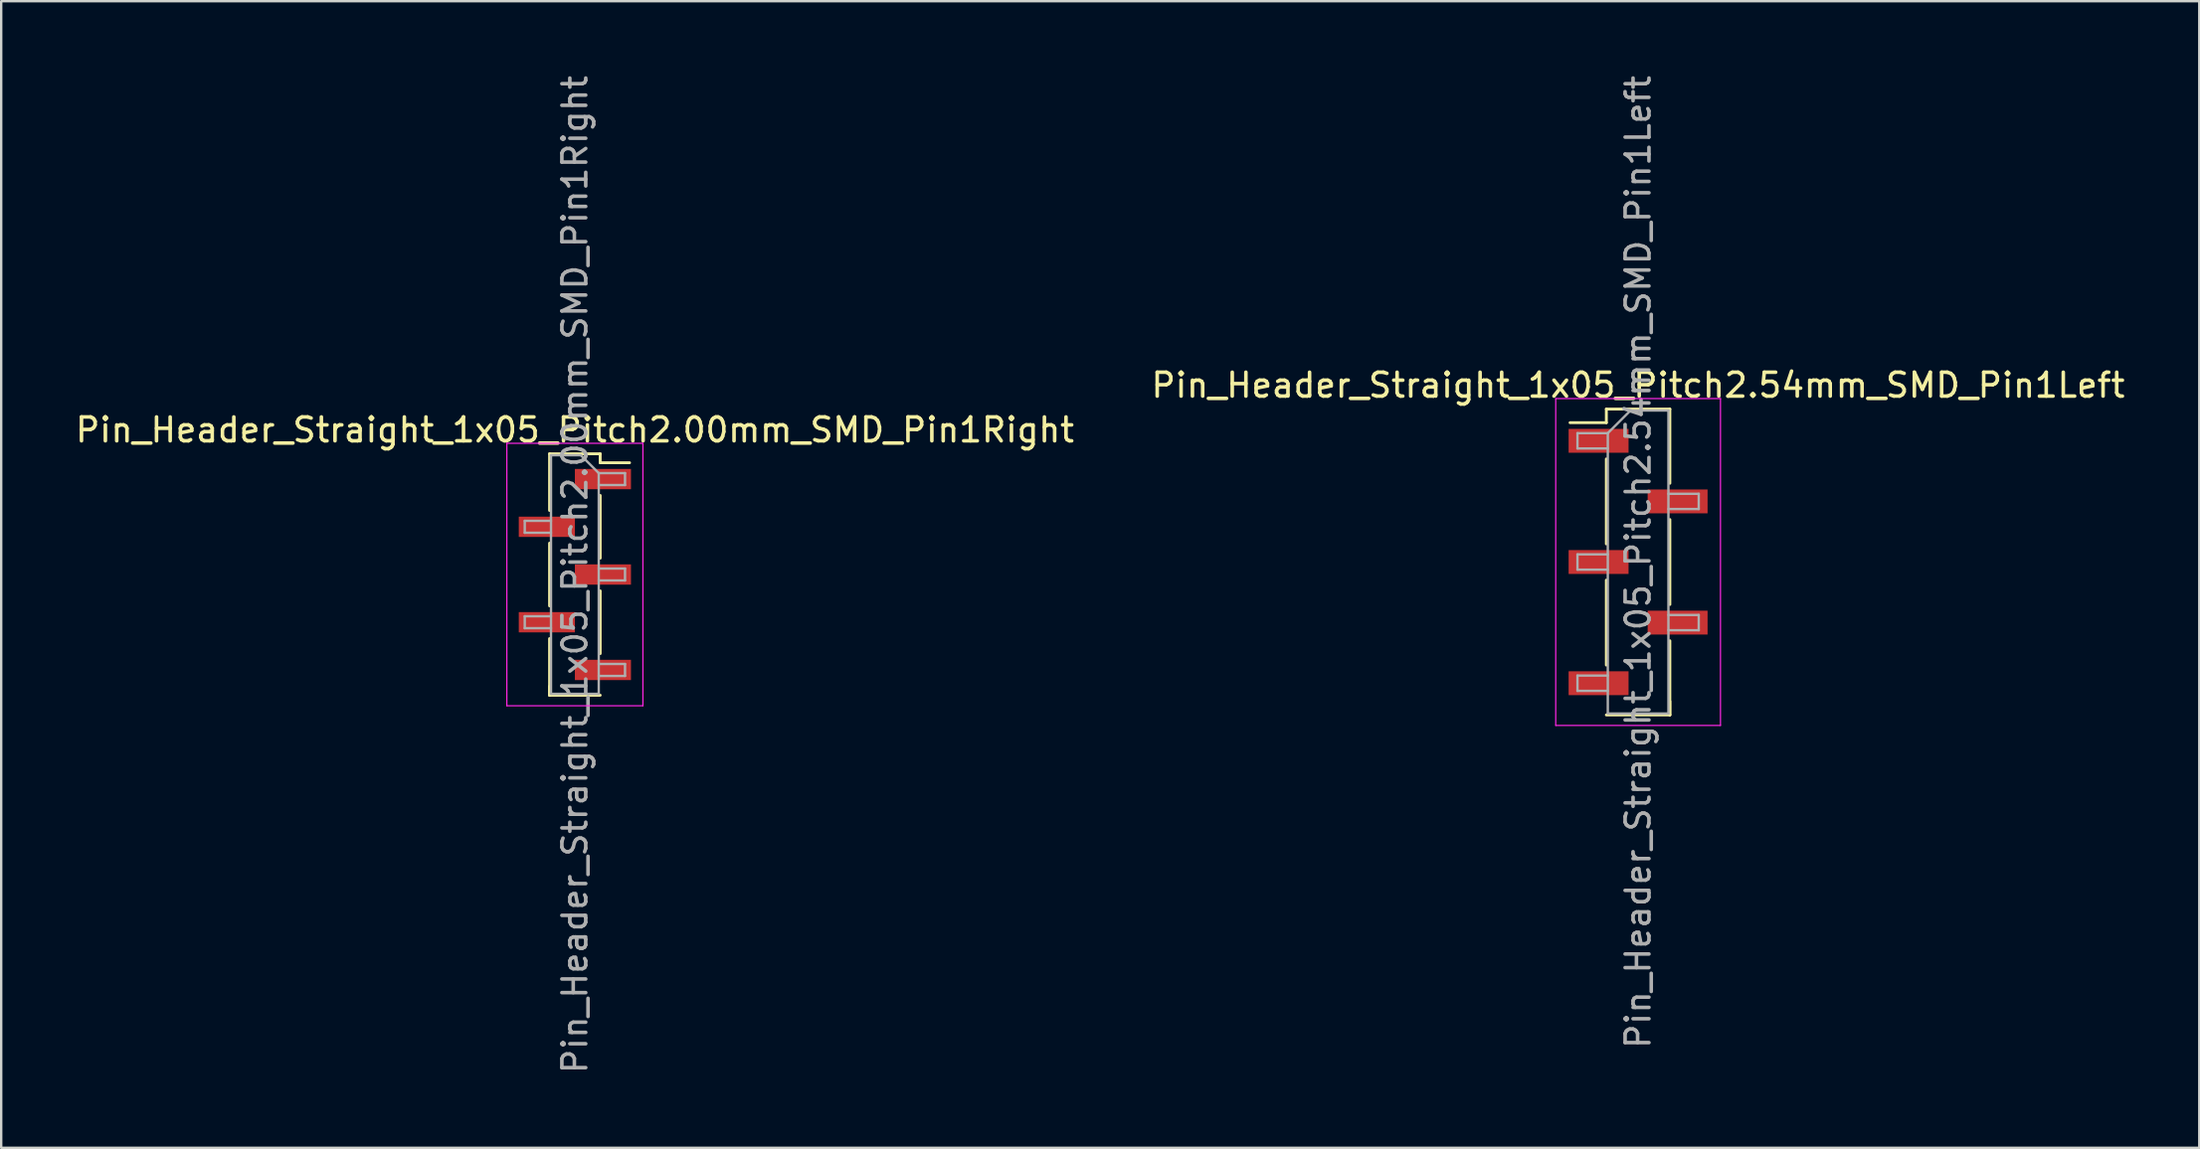
<source format=kicad_pcb>
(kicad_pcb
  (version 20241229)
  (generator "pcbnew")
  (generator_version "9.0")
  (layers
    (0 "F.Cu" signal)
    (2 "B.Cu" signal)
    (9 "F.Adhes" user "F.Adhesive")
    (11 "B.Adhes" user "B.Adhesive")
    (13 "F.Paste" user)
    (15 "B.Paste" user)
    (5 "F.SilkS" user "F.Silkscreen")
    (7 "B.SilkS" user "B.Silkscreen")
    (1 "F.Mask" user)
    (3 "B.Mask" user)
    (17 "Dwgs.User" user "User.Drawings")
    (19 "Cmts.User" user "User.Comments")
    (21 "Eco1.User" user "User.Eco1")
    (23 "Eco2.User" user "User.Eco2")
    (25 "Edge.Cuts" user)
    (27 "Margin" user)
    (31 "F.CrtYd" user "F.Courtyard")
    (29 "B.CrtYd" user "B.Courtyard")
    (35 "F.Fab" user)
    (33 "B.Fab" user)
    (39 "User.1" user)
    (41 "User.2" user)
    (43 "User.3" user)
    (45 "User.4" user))
  (footprint "Pin_Header_Straight_1x05_Pitch2.54mm_SMD_Pin1Left"
    (layer "F.Cu")
    (at 65.565 20.506)
    (property "Reference" "Pin_Header_Straight_1x05_Pitch2.54mm_SMD_Pin1Left" (at 0 -7.41 0) (layer "F.SilkS") (effects (font (size 1 1) (thickness 0.15))))
    (attr smd)
    (fp_line (start -1.33 -6.41) (end -1.33 -5.84) (stroke (width 0.12) (type solid)) (layer "F.SilkS"))
    (fp_line (start -1.33 -6.41) (end 1.33 -6.41) (stroke (width 0.12) (type solid)) (layer "F.SilkS"))
    (fp_line (start -1.33 -5.84) (end -2.85 -5.84) (stroke (width 0.12) (type solid)) (layer "F.SilkS"))
    (fp_line (start -1.33 -4.32) (end -1.33 -0.76) (stroke (width 0.12) (type solid)) (layer "F.SilkS"))
    (fp_line (start -1.33 0.76) (end -1.33 4.32) (stroke (width 0.12) (type solid)) (layer "F.SilkS"))
    (fp_line (start -1.33 6.41) (end 1.33 6.41) (stroke (width 0.12) (type solid)) (layer "F.SilkS"))
    (fp_line (start 1.33 -6.41) (end 1.33 -3.3) (stroke (width 0.12) (type solid)) (layer "F.SilkS"))
    (fp_line (start 1.33 -1.78) (end 1.33 1.78) (stroke (width 0.12) (type solid)) (layer "F.SilkS"))
    (fp_line (start 1.33 3.3) (end 1.33 6.41) (stroke (width 0.12) (type solid)) (layer "F.SilkS"))
    (fp_line (start 1.33 5.84) (end 1.33 6.41) (stroke (width 0.12) (type solid)) (layer "F.SilkS"))
    (fp_line (start -3.45 -6.85) (end -3.45 6.85) (stroke (width 0.05) (type solid)) (layer "F.CrtYd"))
    (fp_line (start -3.45 6.85) (end 3.45 6.85) (stroke (width 0.05) (type solid)) (layer "F.CrtYd"))
    (fp_line (start 3.45 -6.85) (end -3.45 -6.85) (stroke (width 0.05) (type solid)) (layer "F.CrtYd"))
    (fp_line (start 3.45 6.85) (end 3.45 -6.85) (stroke (width 0.05) (type solid)) (layer "F.CrtYd"))
    (fp_line (start -2.54 -5.4) (end -2.54 -4.76) (stroke (width 0.1) (type solid)) (layer "F.Fab"))
    (fp_line (start -2.54 -4.76) (end -1.27 -4.76) (stroke (width 0.1) (type solid)) (layer "F.Fab"))
    (fp_line (start -2.54 -0.32) (end -2.54 0.32) (stroke (width 0.1) (type solid)) (layer "F.Fab"))
    (fp_line (start -2.54 0.32) (end -1.27 0.32) (stroke (width 0.1) (type solid)) (layer "F.Fab"))
    (fp_line (start -2.54 4.76) (end -2.54 5.4) (stroke (width 0.1) (type solid)) (layer "F.Fab"))
    (fp_line (start -2.54 5.4) (end -1.27 5.4) (stroke (width 0.1) (type solid)) (layer "F.Fab"))
    (fp_line (start -1.27 -5.4) (end -2.54 -5.4) (stroke (width 0.1) (type solid)) (layer "F.Fab"))
    (fp_line (start -1.27 -5.4) (end -0.32 -6.35) (stroke (width 0.1) (type solid)) (layer "F.Fab"))
    (fp_line (start -1.27 -0.32) (end -2.54 -0.32) (stroke (width 0.1) (type solid)) (layer "F.Fab"))
    (fp_line (start -1.27 4.76) (end -2.54 4.76) (stroke (width 0.1) (type solid)) (layer "F.Fab"))
    (fp_line (start -1.27 6.35) (end -1.27 -5.4) (stroke (width 0.1) (type solid)) (layer "F.Fab"))
    (fp_line (start -0.32 -6.35) (end 1.27 -6.35) (stroke (width 0.1) (type solid)) (layer "F.Fab"))
    (fp_line (start 1.27 -6.35) (end 1.27 6.35) (stroke (width 0.1) (type solid)) (layer "F.Fab"))
    (fp_line (start 1.27 -2.86) (end 2.54 -2.86) (stroke (width 0.1) (type solid)) (layer "F.Fab"))
    (fp_line (start 1.27 2.22) (end 2.54 2.22) (stroke (width 0.1) (type solid)) (layer "F.Fab"))
    (fp_line (start 1.27 6.35) (end -1.27 6.35) (stroke (width 0.1) (type solid)) (layer "F.Fab"))
    (fp_line (start 2.54 -2.86) (end 2.54 -2.22) (stroke (width 0.1) (type solid)) (layer "F.Fab"))
    (fp_line (start 2.54 -2.22) (end 1.27 -2.22) (stroke (width 0.1) (type solid)) (layer "F.Fab"))
    (fp_line (start 2.54 2.22) (end 2.54 2.86) (stroke (width 0.1) (type solid)) (layer "F.Fab"))
    (fp_line (start 2.54 2.86) (end 1.27 2.86) (stroke (width 0.1) (type solid)) (layer "F.Fab"))
    (fp_text user "${REFERENCE}" (at 0 0 90) (layer "F.Fab") (effects (font (size 1 1) (thickness 0.15))))
    (pad "1" smd rect (at -1.655 -5.08) (size 2.51 1) (layers "F.Cu" "F.Mask" "F.Paste"))
    (pad "2" smd rect (at 1.655 -2.54) (size 2.51 1) (layers "F.Cu" "F.Mask" "F.Paste"))
    (pad "3" smd rect (at -1.655 0) (size 2.51 1) (layers "F.Cu" "F.Mask" "F.Paste"))
    (pad "4" smd rect (at 1.655 2.54) (size 2.51 1) (layers "F.Cu" "F.Mask" "F.Paste"))
    (pad "5" smd rect (at -1.655 5.08) (size 2.51 1) (layers "F.Cu" "F.Mask" "F.Paste")))
  (footprint "Pin_Header_Straight_1x05_Pitch2.00mm_SMD_Pin1Right"
    (layer "F.Cu")
    (at 21.03 21.03)
    (property "Reference" "Pin_Header_Straight_1x05_Pitch2.00mm_SMD_Pin1Right" (at 0 -6.06 0) (layer "F.SilkS") (effects (font (size 1 1) (thickness 0.15))))
    (attr smd)
    (fp_line (start -1.06 -5.06) (end -1.06 -2.685) (stroke (width 0.12) (type solid)) (layer "F.SilkS"))
    (fp_line (start -1.06 -5.06) (end 1.06 -5.06) (stroke (width 0.12) (type solid)) (layer "F.SilkS"))
    (fp_line (start -1.06 -1.315) (end -1.06 1.315) (stroke (width 0.12) (type solid)) (layer "F.SilkS"))
    (fp_line (start -1.06 2.685) (end -1.06 5.06) (stroke (width 0.12) (type solid)) (layer "F.SilkS"))
    (fp_line (start -1.06 4.685) (end -1.06 5.06) (stroke (width 0.12) (type solid)) (layer "F.SilkS"))
    (fp_line (start -1.06 5.06) (end 1.06 5.06) (stroke (width 0.12) (type solid)) (layer "F.SilkS"))
    (fp_line (start 1.06 -5.06) (end 1.06 -4.685) (stroke (width 0.12) (type solid)) (layer "F.SilkS"))
    (fp_line (start 1.06 -4.685) (end 2.29 -4.685) (stroke (width 0.12) (type solid)) (layer "F.SilkS"))
    (fp_line (start 1.06 -3.315) (end 1.06 -0.685) (stroke (width 0.12) (type solid)) (layer "F.SilkS"))
    (fp_line (start 1.06 0.685) (end 1.06 3.315) (stroke (width 0.12) (type solid)) (layer "F.SilkS"))
    (fp_line (start -2.85 -5.5) (end -2.85 5.5) (stroke (width 0.05) (type solid)) (layer "F.CrtYd"))
    (fp_line (start -2.85 5.5) (end 2.85 5.5) (stroke (width 0.05) (type solid)) (layer "F.CrtYd"))
    (fp_line (start 2.85 -5.5) (end -2.85 -5.5) (stroke (width 0.05) (type solid)) (layer "F.CrtYd"))
    (fp_line (start 2.85 5.5) (end 2.85 -5.5) (stroke (width 0.05) (type solid)) (layer "F.CrtYd"))
    (fp_line (start -2.1 -2.25) (end -2.1 -1.75) (stroke (width 0.1) (type solid)) (layer "F.Fab"))
    (fp_line (start -2.1 -1.75) (end -1 -1.75) (stroke (width 0.1) (type solid)) (layer "F.Fab"))
    (fp_line (start -2.1 1.75) (end -2.1 2.25) (stroke (width 0.1) (type solid)) (layer "F.Fab"))
    (fp_line (start -2.1 2.25) (end -1 2.25) (stroke (width 0.1) (type solid)) (layer "F.Fab"))
    (fp_line (start -1 -5) (end -1 5) (stroke (width 0.1) (type solid)) (layer "F.Fab"))
    (fp_line (start -1 -5) (end 0.25 -5) (stroke (width 0.1) (type solid)) (layer "F.Fab"))
    (fp_line (start -1 -2.25) (end -2.1 -2.25) (stroke (width 0.1) (type solid)) (layer "F.Fab"))
    (fp_line (start -1 1.75) (end -2.1 1.75) (stroke (width 0.1) (type solid)) (layer "F.Fab"))
    (fp_line (start 1 -4.25) (end 0.25 -5) (stroke (width 0.1) (type solid)) (layer "F.Fab"))
    (fp_line (start 1 -4.25) (end 2.1 -4.25) (stroke (width 0.1) (type solid)) (layer "F.Fab"))
    (fp_line (start 1 -0.25) (end 2.1 -0.25) (stroke (width 0.1) (type solid)) (layer "F.Fab"))
    (fp_line (start 1 3.75) (end 2.1 3.75) (stroke (width 0.1) (type solid)) (layer "F.Fab"))
    (fp_line (start 1 5) (end -1 5) (stroke (width 0.1) (type solid)) (layer "F.Fab"))
    (fp_line (start 1 5) (end 1 -4.25) (stroke (width 0.1) (type solid)) (layer "F.Fab"))
    (fp_line (start 2.1 -4.25) (end 2.1 -3.75) (stroke (width 0.1) (type solid)) (layer "F.Fab"))
    (fp_line (start 2.1 -3.75) (end 1 -3.75) (stroke (width 0.1) (type solid)) (layer "F.Fab"))
    (fp_line (start 2.1 -0.25) (end 2.1 0.25) (stroke (width 0.1) (type solid)) (layer "F.Fab"))
    (fp_line (start 2.1 0.25) (end 1 0.25) (stroke (width 0.1) (type solid)) (layer "F.Fab"))
    (fp_line (start 2.1 3.75) (end 2.1 4.25) (stroke (width 0.1) (type solid)) (layer "F.Fab"))
    (fp_line (start 2.1 4.25) (end 1 4.25) (stroke (width 0.1) (type solid)) (layer "F.Fab"))
    (fp_text user "${REFERENCE}" (at 0 0 90) (layer "F.Fab") (effects (font (size 1 1) (thickness 0.15))))
    (pad "1" smd rect (at 1.175 -4) (size 2.35 0.85) (layers "F.Cu" "F.Mask" "F.Paste"))
    (pad "2" smd rect (at -1.175 -2) (size 2.35 0.85) (layers "F.Cu" "F.Mask" "F.Paste"))
    (pad "3" smd rect (at 1.175 0) (size 2.35 0.85) (layers "F.Cu" "F.Mask" "F.Paste"))
    (pad "4" smd rect (at -1.175 2) (size 2.35 0.85) (layers "F.Cu" "F.Mask" "F.Paste"))
    (pad "5" smd rect (at 1.175 4) (size 2.35 0.85) (layers "F.Cu" "F.Mask" "F.Paste")))
  (gr_rect
    (start -3 -3)
    (end 89.071 45.06)
    (stroke (width 0.1) (type default))
    (fill no)
    (layer "Edge.Cuts")))
</source>
